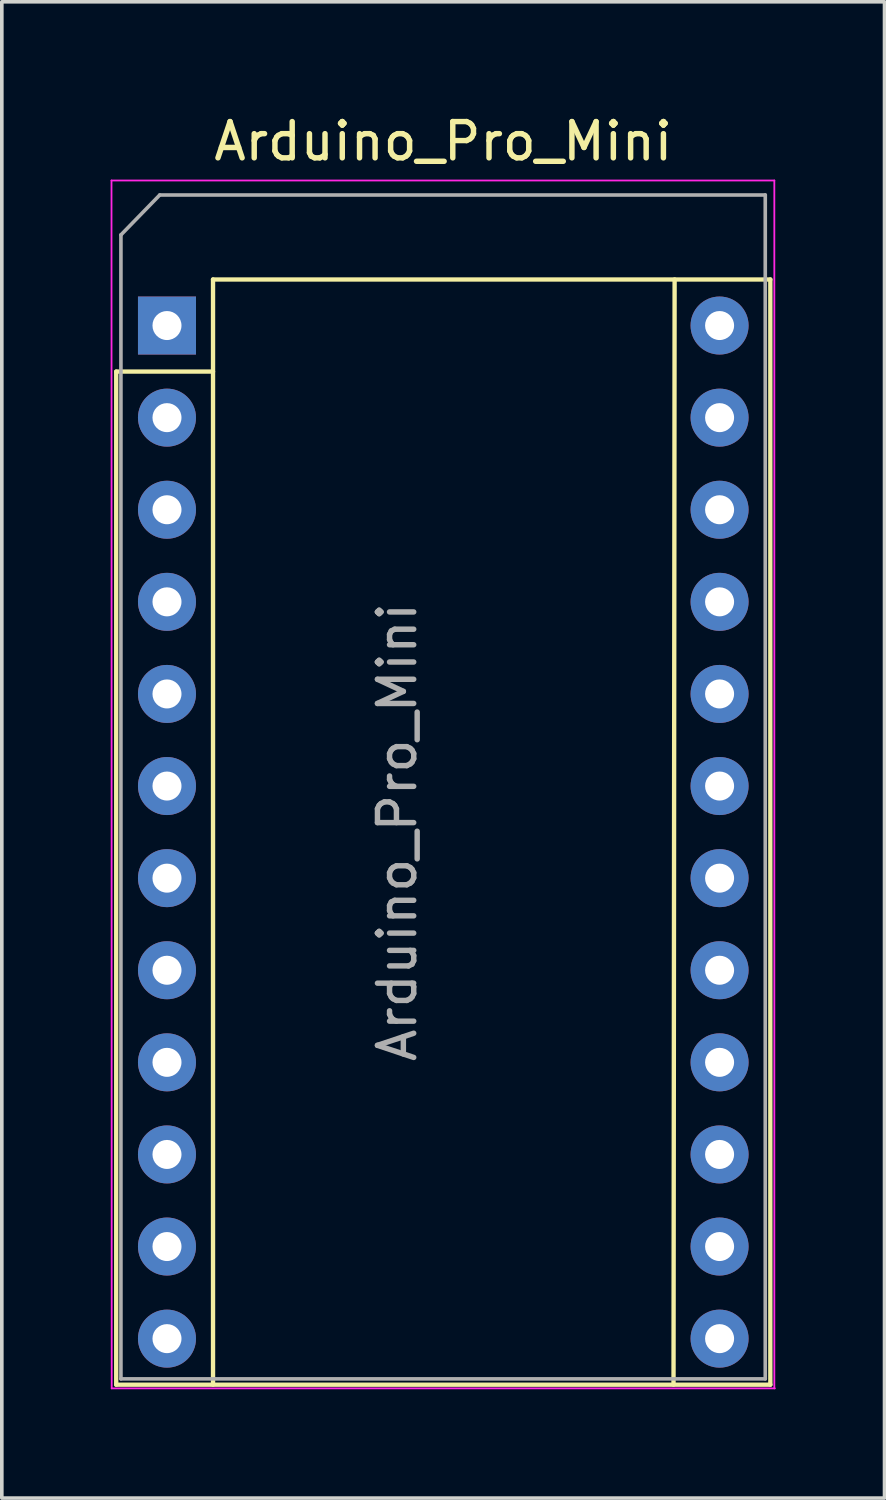
<source format=kicad_pcb>
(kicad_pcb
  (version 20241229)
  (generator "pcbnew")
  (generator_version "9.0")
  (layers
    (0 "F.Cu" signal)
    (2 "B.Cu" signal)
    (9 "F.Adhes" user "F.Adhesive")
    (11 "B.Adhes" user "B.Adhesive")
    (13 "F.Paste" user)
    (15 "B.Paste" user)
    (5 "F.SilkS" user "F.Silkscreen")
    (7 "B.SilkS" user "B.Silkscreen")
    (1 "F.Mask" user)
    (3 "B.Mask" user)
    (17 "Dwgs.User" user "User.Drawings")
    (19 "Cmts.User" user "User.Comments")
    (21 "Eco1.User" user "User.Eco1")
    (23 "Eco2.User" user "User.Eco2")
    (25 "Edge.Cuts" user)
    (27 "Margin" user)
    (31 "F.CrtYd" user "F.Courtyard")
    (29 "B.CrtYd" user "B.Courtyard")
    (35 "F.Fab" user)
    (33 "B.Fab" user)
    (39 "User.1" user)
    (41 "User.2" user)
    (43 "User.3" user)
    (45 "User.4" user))
  (footprint "Arduino_Pro_Mini"
    (layer "F.Cu")
    (at 1.555 5.928)
    (property "Reference" "Arduino_Pro_Mini" (at 7.62 -5.08 0) (layer "F.SilkS") (effects (font (size 1 1) (thickness 0.15))))
    (attr through_hole)
    (fp_line (start -1.4 1.27) (end -1.4 29.21) (stroke (width 0.12) (type solid)) (layer "F.SilkS"))
    (fp_line (start -1.4 29.21) (end 16.64 29.21) (stroke (width 0.12) (type solid)) (layer "F.SilkS"))
    (fp_line (start 1.27 -1.27) (end 1.27 29.21) (stroke (width 0.12) (type solid)) (layer "F.SilkS"))
    (fp_line (start 1.27 1.27) (end -1.4 1.27) (stroke (width 0.12) (type solid)) (layer "F.SilkS"))
    (fp_line (start 14 -1.27) (end 13.97 29.21) (stroke (width 0.12) (type solid)) (layer "F.SilkS"))
    (fp_line (start 16.64 -1.27) (end 1.27 -1.27) (stroke (width 0.12) (type solid)) (layer "F.SilkS"))
    (fp_line (start 16.64 29.21) (end 16.64 -1.27) (stroke (width 0.12) (type solid)) (layer "F.SilkS"))
    (fp_line (start -1.53 -4) (end -1.524 29.312) (stroke (width 0.05) (type solid)) (layer "F.CrtYd"))
    (fp_line (start -1.53 -4) (end 16.75 -4) (stroke (width 0.05) (type solid)) (layer "F.CrtYd"))
    (fp_line (start 16.75 29.312) (end 16.75 -4) (stroke (width 0.05) (type solid)) (layer "F.CrtYd"))
    (fp_line (start 16.764 29.312) (end -1.524 29.312) (stroke (width 0.05) (type solid)) (layer "F.CrtYd"))
    (fp_line (start -1.27 29.05) (end -1.27 -2.5) (stroke (width 0.1) (type solid)) (layer "F.Fab"))
    (fp_line (start -0.2 -3.6) (end -1.27 -2.5) (stroke (width 0.1) (type solid)) (layer "F.Fab"))
    (fp_line (start -0.2 -3.6) (end 16.5 -3.6) (stroke (width 0.1) (type solid)) (layer "F.Fab"))
    (fp_line (start 16.5 -3.6) (end 16.5 29.05) (stroke (width 0.1) (type solid)) (layer "F.Fab"))
    (fp_line (start 16.5 29.05) (end -1.27 29.05) (stroke (width 0.1) (type solid)) (layer "F.Fab"))
    (fp_text user "${REFERENCE}" (at 6.35 13.97 90) (layer "F.Fab") (effects (font (size 1 1) (thickness 0.15))))
    (pad "1" thru_hole rect (at 0 0) (size 1.6 1.6) (drill 0.8) (layers "*.Cu" "*.Mask"))
    (pad "2" thru_hole oval (at 0 2.54) (size 1.6 1.6) (drill 0.8) (layers "*.Cu" "*.Mask"))
    (pad "3" thru_hole oval (at 0 5.08) (size 1.6 1.6) (drill 0.8) (layers "*.Cu" "*.Mask"))
    (pad "4" thru_hole oval (at 0 7.62) (size 1.6 1.6) (drill 0.8) (layers "*.Cu" "*.Mask"))
    (pad "5" thru_hole oval (at 0 10.16) (size 1.6 1.6) (drill 0.8) (layers "*.Cu" "*.Mask"))
    (pad "6" thru_hole oval (at 0 12.7) (size 1.6 1.6) (drill 0.8) (layers "*.Cu" "*.Mask"))
    (pad "7" thru_hole oval (at 0 15.24) (size 1.6 1.6) (drill 0.8) (layers "*.Cu" "*.Mask"))
    (pad "8" thru_hole oval (at 0 17.78) (size 1.6 1.6) (drill 0.8) (layers "*.Cu" "*.Mask"))
    (pad "9" thru_hole oval (at 0 20.32) (size 1.6 1.6) (drill 0.8) (layers "*.Cu" "*.Mask"))
    (pad "10" thru_hole oval (at 0 22.86) (size 1.6 1.6) (drill 0.8) (layers "*.Cu" "*.Mask"))
    (pad "11" thru_hole oval (at 0 25.4) (size 1.6 1.6) (drill 0.8) (layers "*.Cu" "*.Mask"))
    (pad "12" thru_hole oval (at 0 27.94) (size 1.6 1.6) (drill 0.8) (layers "*.Cu" "*.Mask"))
    (pad "13" thru_hole oval (at 15.24 27.94) (size 1.6 1.6) (drill 0.8) (layers "*.Cu" "*.Mask"))
    (pad "14" thru_hole oval (at 15.24 25.4) (size 1.6 1.6) (drill 0.8) (layers "*.Cu" "*.Mask"))
    (pad "15" thru_hole oval (at 15.24 22.86) (size 1.6 1.6) (drill 0.8) (layers "*.Cu" "*.Mask"))
    (pad "16" thru_hole oval (at 15.24 20.32) (size 1.6 1.6) (drill 0.8) (layers "*.Cu" "*.Mask"))
    (pad "17" thru_hole oval (at 15.24 17.78) (size 1.6 1.6) (drill 0.8) (layers "*.Cu" "*.Mask"))
    (pad "18" thru_hole oval (at 15.24 15.24) (size 1.6 1.6) (drill 0.8) (layers "*.Cu" "*.Mask"))
    (pad "19" thru_hole oval (at 15.24 12.7) (size 1.6 1.6) (drill 0.8) (layers "*.Cu" "*.Mask"))
    (pad "20" thru_hole oval (at 15.24 10.16) (size 1.6 1.6) (drill 0.8) (layers "*.Cu" "*.Mask"))
    (pad "21" thru_hole oval (at 15.24 7.62) (size 1.6 1.6) (drill 0.8) (layers "*.Cu" "*.Mask"))
    (pad "22" thru_hole oval (at 15.24 5.08) (size 1.6 1.6) (drill 0.8) (layers "*.Cu" "*.Mask"))
    (pad "23" thru_hole oval (at 15.24 2.54) (size 1.6 1.6) (drill 0.8) (layers "*.Cu" "*.Mask"))
    (pad "24" thru_hole oval (at 15.24 0) (size 1.6 1.6) (drill 0.8) (layers "*.Cu" "*.Mask")))
  (gr_rect
    (start -3 -3)
    (end 21.344 38.265)
    (stroke (width 0.1) (type default))
    (fill no)
    (layer "Edge.Cuts")))
</source>
